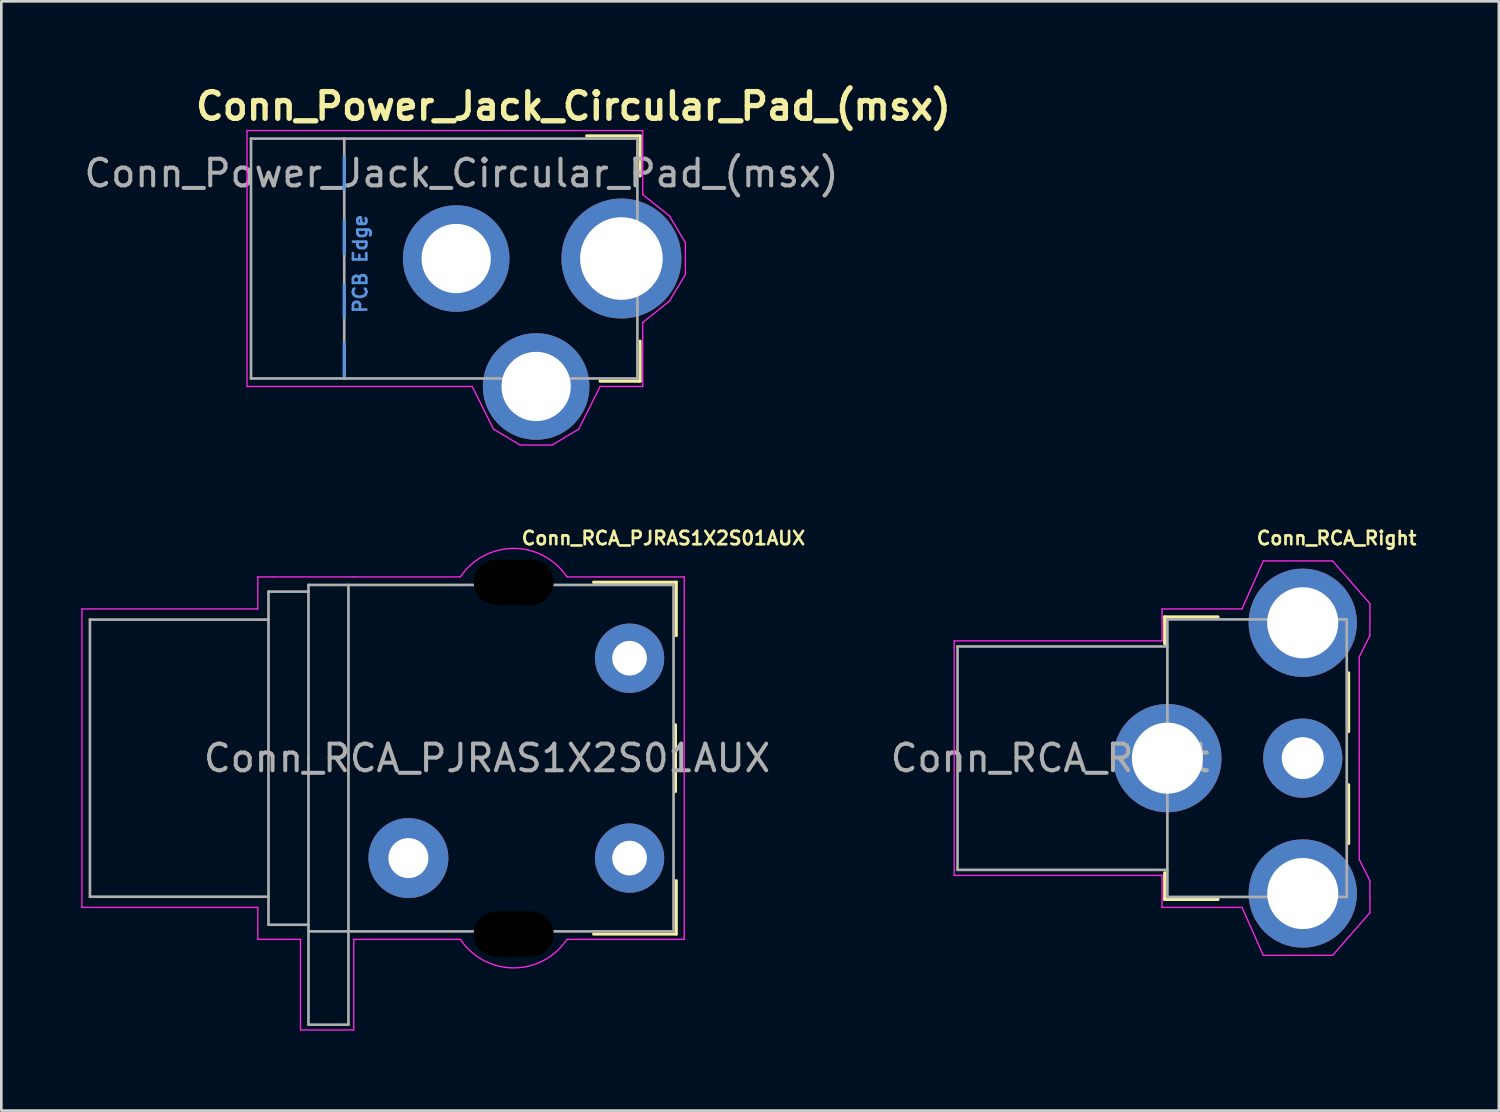
<source format=kicad_pcb>
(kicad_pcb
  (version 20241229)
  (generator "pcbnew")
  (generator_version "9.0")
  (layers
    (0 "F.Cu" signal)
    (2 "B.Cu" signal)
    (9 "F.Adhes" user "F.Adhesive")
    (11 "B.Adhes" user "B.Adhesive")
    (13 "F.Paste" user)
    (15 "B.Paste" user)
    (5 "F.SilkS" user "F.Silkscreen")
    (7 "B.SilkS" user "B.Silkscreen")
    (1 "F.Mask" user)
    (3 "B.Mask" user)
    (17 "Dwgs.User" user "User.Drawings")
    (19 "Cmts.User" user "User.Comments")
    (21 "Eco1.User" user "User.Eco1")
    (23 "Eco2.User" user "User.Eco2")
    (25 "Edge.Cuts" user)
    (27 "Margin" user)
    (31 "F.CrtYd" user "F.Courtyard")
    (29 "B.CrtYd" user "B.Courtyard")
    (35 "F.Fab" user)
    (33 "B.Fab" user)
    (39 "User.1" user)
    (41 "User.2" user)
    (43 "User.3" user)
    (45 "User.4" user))
  (footprint "Conn_Power_Jack_Circular_Pad_(msx)"
    (layer "F.Cu")
    (at 14.068 6.651)
    (property "Reference" "Conn_Power_Jack_Circular_Pad_(msx)" (at 4.4 -5.715 0) (layer "F.SilkS") (effects (font (size 1 1) (thickness 0.2))))
    (attr through_hole)
    (fp_line (start 4.9 -4.6) (end 6.9 -4.6) (stroke (width 0.12) (type solid)) (layer "F.SilkS"))
    (fp_line (start 5.4 4.6) (end 6.9 4.6) (stroke (width 0.12) (type solid)) (layer "F.SilkS"))
    (fp_line (start 6.9 -3.1) (end 6.9 -4.6) (stroke (width 0.12) (type solid)) (layer "F.SilkS"))
    (fp_line (start 6.9 3.1) (end 6.9 4.6) (stroke (width 0.12) (type solid)) (layer "F.SilkS"))
    (fp_line (start -4.2 -3.8) (end -4.2 -2.6) (stroke (width 0.12) (type solid)) (layer "Cmts.User"))
    (fp_line (start -4.2 -1.4) (end -4.2 -0.2) (stroke (width 0.12) (type solid)) (layer "Cmts.User"))
    (fp_line (start -4.2 2.2) (end -4.2 1) (stroke (width 0.12) (type solid)) (layer "Cmts.User"))
    (fp_line (start -4.2 4.4) (end -4.2 3.2) (stroke (width 0.12) (type solid)) (layer "Cmts.User"))
    (fp_line (start -7.85 -4.8) (end -7.85 4.8) (stroke (width 0.05) (type solid)) (layer "F.CrtYd"))
    (fp_line (start -7.85 4.8) (end 0.6 4.8) (stroke (width 0.05) (type solid)) (layer "F.CrtYd"))
    (fp_line (start 0.6 4.8) (end 1.4 6.4) (stroke (width 0.05) (type solid)) (layer "F.CrtYd"))
    (fp_line (start 1.4 6.4) (end 2.4 7) (stroke (width 0.05) (type solid)) (layer "F.CrtYd"))
    (fp_line (start 2.4 7) (end 3.6 7) (stroke (width 0.05) (type solid)) (layer "F.CrtYd"))
    (fp_line (start 4.6 6.4) (end 3.6 7) (stroke (width 0.05) (type solid)) (layer "F.CrtYd"))
    (fp_line (start 5.4 4.8) (end 4.6 6.4) (stroke (width 0.05) (type solid)) (layer "F.CrtYd"))
    (fp_line (start 5.4 4.8) (end 7 4.8) (stroke (width 0.05) (type solid)) (layer "F.CrtYd"))
    (fp_line (start 7 -4.8) (end -7.85 -4.8) (stroke (width 0.05) (type solid)) (layer "F.CrtYd"))
    (fp_line (start 7 -2.4) (end 7 -4.8) (stroke (width 0.05) (type solid)) (layer "F.CrtYd"))
    (fp_line (start 7 -2.4) (end 8 -1.6) (stroke (width 0.05) (type solid)) (layer "F.CrtYd"))
    (fp_line (start 7 2.4) (end 8 1.6) (stroke (width 0.05) (type solid)) (layer "F.CrtYd"))
    (fp_line (start 7 4.8) (end 7 2.4) (stroke (width 0.05) (type solid)) (layer "F.CrtYd"))
    (fp_line (start 8 -1.6) (end 8.6 -0.6) (stroke (width 0.05) (type solid)) (layer "F.CrtYd"))
    (fp_line (start 8 1.6) (end 8.6 0.6) (stroke (width 0.05) (type solid)) (layer "F.CrtYd"))
    (fp_line (start 8.6 0.6) (end 8.6 -0.6) (stroke (width 0.05) (type solid)) (layer "F.CrtYd"))
    (fp_line (start -7.699 -4.501) (end 6.801 -4.501) (stroke (width 0.1) (type solid)) (layer "F.Fab"))
    (fp_line (start -7.699 4.501) (end -7.699 -4.501) (stroke (width 0.1) (type solid)) (layer "F.Fab"))
    (fp_line (start -7.699 4.501) (end 6.801 4.501) (stroke (width 0.1) (type solid)) (layer "F.Fab"))
    (fp_line (start -4.201 -4.501) (end -4.201 4.501) (stroke (width 0.1) (type solid)) (layer "F.Fab"))
    (fp_line (start 6.8 -4.501) (end 6.8 4.501) (stroke (width 0.1) (type solid)) (layer "F.Fab"))
    (fp_text user "PCB Edge" (at -3.6 0.2 90) (layer "Cmts.User") (effects (font (size 0.5 0.5) (thickness 0.1))))
    (fp_text user "${REFERENCE}" (at 0.2 -3.2 0) (layer "F.Fab") (effects (font (size 1 1) (thickness 0.15))))
    (pad "1" thru_hole circle (at 6.2 0) (size 4.5 4.5) (drill 3.1) (layers "*.Cu" "*.Mask"))
    (pad "2" thru_hole circle (at 0 0) (size 4 4) (drill 2.6) (layers "*.Cu" "*.Mask"))
    (pad "3" thru_hole circle (at 3 4.801) (size 4 4) (drill 2.6) (layers "*.Cu" "*.Mask")))
  (footprint "Conn_RCA_PJRAS1X2S01AUX"
    (layer "F.Cu")
    (at 11.425 25.399)
    (property "Reference" "Conn_RCA_PJRAS1X2S01AUX" (at 10.419 -8.255 180) (layer "F.SilkS") (effects (font (size 0.5 0.5) (thickness 0.1))))
    (attr through_hole)
    (fp_line (start 10.869 -1.25) (end 10.869 1.25) (stroke (width 0.12) (type solid)) (layer "F.SilkS"))
    (fp_line (start 10.9 -6.6) (end 7.8 -6.6) (stroke (width 0.12) (type solid)) (layer "F.SilkS"))
    (fp_line (start 10.9 -6.6) (end 10.9 -4.6) (stroke (width 0.12) (type solid)) (layer "F.SilkS"))
    (fp_line (start 10.9 6.6) (end 7.8 6.6) (stroke (width 0.12) (type solid)) (layer "F.SilkS"))
    (fp_line (start 10.9 6.6) (end 10.9 4.6) (stroke (width 0.12) (type solid)) (layer "F.SilkS"))
    (fp_line (start -11.4 -5.6) (end -11.4 5.6) (stroke (width 0.05) (type solid)) (layer "F.CrtYd"))
    (fp_line (start -11.4 -5.6) (end -4.8 -5.6) (stroke (width 0.05) (type solid)) (layer "F.CrtYd"))
    (fp_line (start -11.4 5.6) (end -4.8 5.6) (stroke (width 0.05) (type solid)) (layer "F.CrtYd"))
    (fp_line (start -4.8 -6.8) (end -4.2 -6.8) (stroke (width 0.05) (type solid)) (layer "F.CrtYd"))
    (fp_line (start -4.8 -5.6) (end -4.8 -6.8) (stroke (width 0.05) (type solid)) (layer "F.CrtYd"))
    (fp_line (start -4.8 5.6) (end -4.8 6.8) (stroke (width 0.05) (type solid)) (layer "F.CrtYd"))
    (fp_line (start -4.8 6.8) (end -3.2 6.8) (stroke (width 0.05) (type solid)) (layer "F.CrtYd"))
    (fp_line (start -4.2 -6.8) (end -1.2 -6.8) (stroke (width 0.05) (type solid)) (layer "F.CrtYd"))
    (fp_line (start -3.2 6.8) (end -3.2 10.2) (stroke (width 0.05) (type solid)) (layer "F.CrtYd"))
    (fp_line (start -3.2 10.2) (end -1.2 10.2) (stroke (width 0.05) (type solid)) (layer "F.CrtYd"))
    (fp_line (start -1.2 -6.8) (end 2.8 -6.8) (stroke (width 0.05) (type solid)) (layer "F.CrtYd"))
    (fp_line (start -1.2 6.8) (end -1.2 10.2) (stroke (width 0.05) (type solid)) (layer "F.CrtYd"))
    (fp_line (start -1.2 6.8) (end 2.8 6.8) (stroke (width 0.05) (type solid)) (layer "F.CrtYd"))
    (fp_line (start 6.8 -6.8) (end 11.2 -6.8) (stroke (width 0.05) (type solid)) (layer "F.CrtYd"))
    (fp_line (start 6.8 6.8) (end 11.2 6.8) (stroke (width 0.05) (type solid)) (layer "F.CrtYd"))
    (fp_line (start 11.2 -6.8) (end 11.2 6.8) (stroke (width 0.05) (type solid)) (layer "F.CrtYd"))
    (fp_arc (start 2.8 -6.8) (mid 4.8 -7.870572) (end 6.8 -6.8) (stroke (width 0.05) (type solid)) (layer "F.CrtYd"))
    (fp_arc (start 6.8 6.8) (mid 4.8 7.870572) (end 2.8 6.8) (stroke (width 0.05) (type solid)) (layer "F.CrtYd"))
    (fp_line (start -11.1 -5.2) (end -4.4 -5.2) (stroke (width 0.1) (type solid)) (layer "F.Fab"))
    (fp_line (start -11.1 5.2) (end -11.1 -5.2) (stroke (width 0.1) (type solid)) (layer "F.Fab"))
    (fp_line (start -11.1 5.2) (end -4.4 5.2) (stroke (width 0.1) (type solid)) (layer "F.Fab"))
    (fp_line (start -4.4 -6.25) (end -4.4 6.25) (stroke (width 0.1) (type solid)) (layer "F.Fab"))
    (fp_line (start -2.9 -6.5) (end -2.9 0) (stroke (width 0.1) (type solid)) (layer "F.Fab"))
    (fp_line (start -2.9 -6.25) (end -4.4 -6.25) (stroke (width 0.1) (type solid)) (layer "F.Fab"))
    (fp_line (start -2.9 0) (end -2.9 10) (stroke (width 0.1) (type solid)) (layer "F.Fab"))
    (fp_line (start -2.9 6.25) (end -4.4 6.25) (stroke (width 0.1) (type solid)) (layer "F.Fab"))
    (fp_line (start -2.9 6.5) (end 10.8 6.5) (stroke (width 0.1) (type solid)) (layer "F.Fab"))
    (fp_line (start -1.4 -6.5) (end -1.4 10) (stroke (width 0.1) (type solid)) (layer "F.Fab"))
    (fp_line (start -1.4 10) (end -2.9 10) (stroke (width 0.1) (type solid)) (layer "F.Fab"))
    (fp_line (start 10.8 -6.5) (end -2.9 -6.5) (stroke (width 0.1) (type solid)) (layer "F.Fab"))
    (fp_line (start 10.8 -6.5) (end 10.8 6.5) (stroke (width 0.1) (type solid)) (layer "F.Fab"))
    (fp_text user "${REFERENCE}" (at 3.8 0 0) (layer "F.Fab") (effects (font (size 1 1) (thickness 0.15))))
    (pad "" np_thru_hole roundrect (at 4.8 -6.6) (size 3.25 1.95) (drill oval 3 1.7) (layers "*.Mask") (roundrect_rratio 0.5) (chamfer_ratio 0.25) (chamfer))
    (pad "" np_thru_hole roundrect (at 4.8 6.6) (size 3.25 1.95) (drill oval 3 1.7) (layers "*.Mask") (roundrect_rratio 0.5) (chamfer_ratio 0.25) (chamfer))
    (pad "1" thru_hole circle (at 9.149 -3.75) (size 2.6 2.6) (drill 1.3) (layers "*.Cu" "*.Mask"))
    (pad "2" thru_hole circle (at 9.149 3.75) (size 2.6 2.6) (drill 1.3) (layers "*.Cu" "*.Mask"))
    (pad "3" thru_hole circle (at 0.85 3.75) (size 3 3) (drill 1.5) (layers "*.Cu" "*.Mask")))
  (footprint "Conn_RCA_Right"
    (layer "F.Cu")
    (at 40.755 25.399)
    (property "Reference" "Conn_RCA_Right" (at 6.35 -8.255 180) (layer "F.SilkS") (effects (font (size 0.5 0.5) (thickness 0.1))))
    (attr through_hole)
    (fp_line (start -0.1 -5.3) (end -0.1 -4.3) (stroke (width 0.12) (type solid)) (layer "F.SilkS"))
    (fp_line (start -0.1 -5.3) (end 1.9 -5.3) (stroke (width 0.12) (type solid)) (layer "F.SilkS"))
    (fp_line (start -0.1 5.3) (end -0.1 4.3) (stroke (width 0.12) (type solid)) (layer "F.SilkS"))
    (fp_line (start -0.1 5.3) (end 1.9 5.3) (stroke (width 0.12) (type solid)) (layer "F.SilkS"))
    (fp_line (start 6.8 -3.2) (end 6.8 -1) (stroke (width 0.12) (type solid)) (layer "F.SilkS"))
    (fp_line (start 6.8 1) (end 6.8 3.2) (stroke (width 0.12) (type solid)) (layer "F.SilkS"))
    (fp_line (start -8 -4.4) (end -8 4.4) (stroke (width 0.05) (type solid)) (layer "F.CrtYd"))
    (fp_line (start -8 -4.4) (end -0.2 -4.4) (stroke (width 0.05) (type solid)) (layer "F.CrtYd"))
    (fp_line (start -8 4.4) (end -0.2 4.4) (stroke (width 0.05) (type solid)) (layer "F.CrtYd"))
    (fp_line (start -0.2 -5.6) (end 2.8 -5.6) (stroke (width 0.05) (type solid)) (layer "F.CrtYd"))
    (fp_line (start -0.2 -4.4) (end -0.2 -5.6) (stroke (width 0.05) (type solid)) (layer "F.CrtYd"))
    (fp_line (start -0.2 4.4) (end -0.2 5.6) (stroke (width 0.05) (type solid)) (layer "F.CrtYd"))
    (fp_line (start -0.2 5.6) (end 2.8 5.6) (stroke (width 0.05) (type solid)) (layer "F.CrtYd"))
    (fp_line (start 2.8 -5.6) (end 3.6 -7.4) (stroke (width 0.05) (type solid)) (layer "F.CrtYd"))
    (fp_line (start 2.8 5.6) (end 3.6 7.4) (stroke (width 0.05) (type solid)) (layer "F.CrtYd"))
    (fp_line (start 3.6 -7.4) (end 6.2 -7.4) (stroke (width 0.05) (type solid)) (layer "F.CrtYd"))
    (fp_line (start 3.6 7.4) (end 6.2 7.4) (stroke (width 0.05) (type solid)) (layer "F.CrtYd"))
    (fp_line (start 6.2 -7.4) (end 7.6 -5.8) (stroke (width 0.05) (type solid)) (layer "F.CrtYd"))
    (fp_line (start 6.2 7.4) (end 7.6 5.8) (stroke (width 0.05) (type solid)) (layer "F.CrtYd"))
    (fp_line (start 7.2 -3.8) (end 7.2 0) (stroke (width 0.05) (type solid)) (layer "F.CrtYd"))
    (fp_line (start 7.2 3.8) (end 7.2 0) (stroke (width 0.05) (type solid)) (layer "F.CrtYd"))
    (fp_line (start 7.6 -5.8) (end 7.6 -5.2) (stroke (width 0.05) (type solid)) (layer "F.CrtYd"))
    (fp_line (start 7.6 -5.2) (end 7.6 -4.6) (stroke (width 0.05) (type solid)) (layer "F.CrtYd"))
    (fp_line (start 7.6 -4.6) (end 7.2 -3.8) (stroke (width 0.05) (type solid)) (layer "F.CrtYd"))
    (fp_line (start 7.6 4.6) (end 7.2 3.8) (stroke (width 0.05) (type solid)) (layer "F.CrtYd"))
    (fp_line (start 7.6 5.2) (end 7.6 4.6) (stroke (width 0.05) (type solid)) (layer "F.CrtYd"))
    (fp_line (start 7.6 5.8) (end 7.6 5.2) (stroke (width 0.05) (type solid)) (layer "F.CrtYd"))
    (fp_line (start -7.874 -4.191) (end -7.874 4.191) (stroke (width 0.1) (type solid)) (layer "F.Fab"))
    (fp_line (start -7.874 4.191) (end 0 4.191) (stroke (width 0.1) (type solid)) (layer "F.Fab"))
    (fp_line (start 0 -5.207) (end 0 5.207) (stroke (width 0.1) (type solid)) (layer "F.Fab"))
    (fp_line (start 0 -5.207) (end 6.731 -5.207) (stroke (width 0.1) (type solid)) (layer "F.Fab"))
    (fp_line (start 0 -4.191) (end -7.874 -4.191) (stroke (width 0.1) (type solid)) (layer "F.Fab"))
    (fp_line (start 0 5.207) (end 6.731 5.207) (stroke (width 0.1) (type solid)) (layer "F.Fab"))
    (fp_line (start 6.731 -5.2) (end 6.731 5.207) (stroke (width 0.1) (type solid)) (layer "F.Fab"))
    (fp_text user "${REFERENCE}" (at -4.4 0 0) (layer "F.Fab") (effects (font (size 1 1) (thickness 0.15))))
    (pad "1" thru_hole circle (at 5.08 0) (size 2.972 2.972) (drill 1.575) (layers "*.Cu" "*.Mask"))
    (pad "2" thru_hole circle (at 0 0) (size 4.064 4.064) (drill 2.667) (layers "*.Cu" "*.Mask"))
    (pad "2" thru_hole circle (at 5.08 -5.08) (size 4.064 4.064) (drill 2.667) (layers "*.Cu" "*.Mask"))
    (pad "2" thru_hole circle (at 5.08 5.08) (size 4.064 4.064) (drill 2.667) (layers "*.Cu" "*.Mask")))
  (gr_rect
    (start -3 -3)
    (end 53.193 38.624)
    (stroke (width 0.1) (type default))
    (fill no)
    (layer "Edge.Cuts")))
</source>
